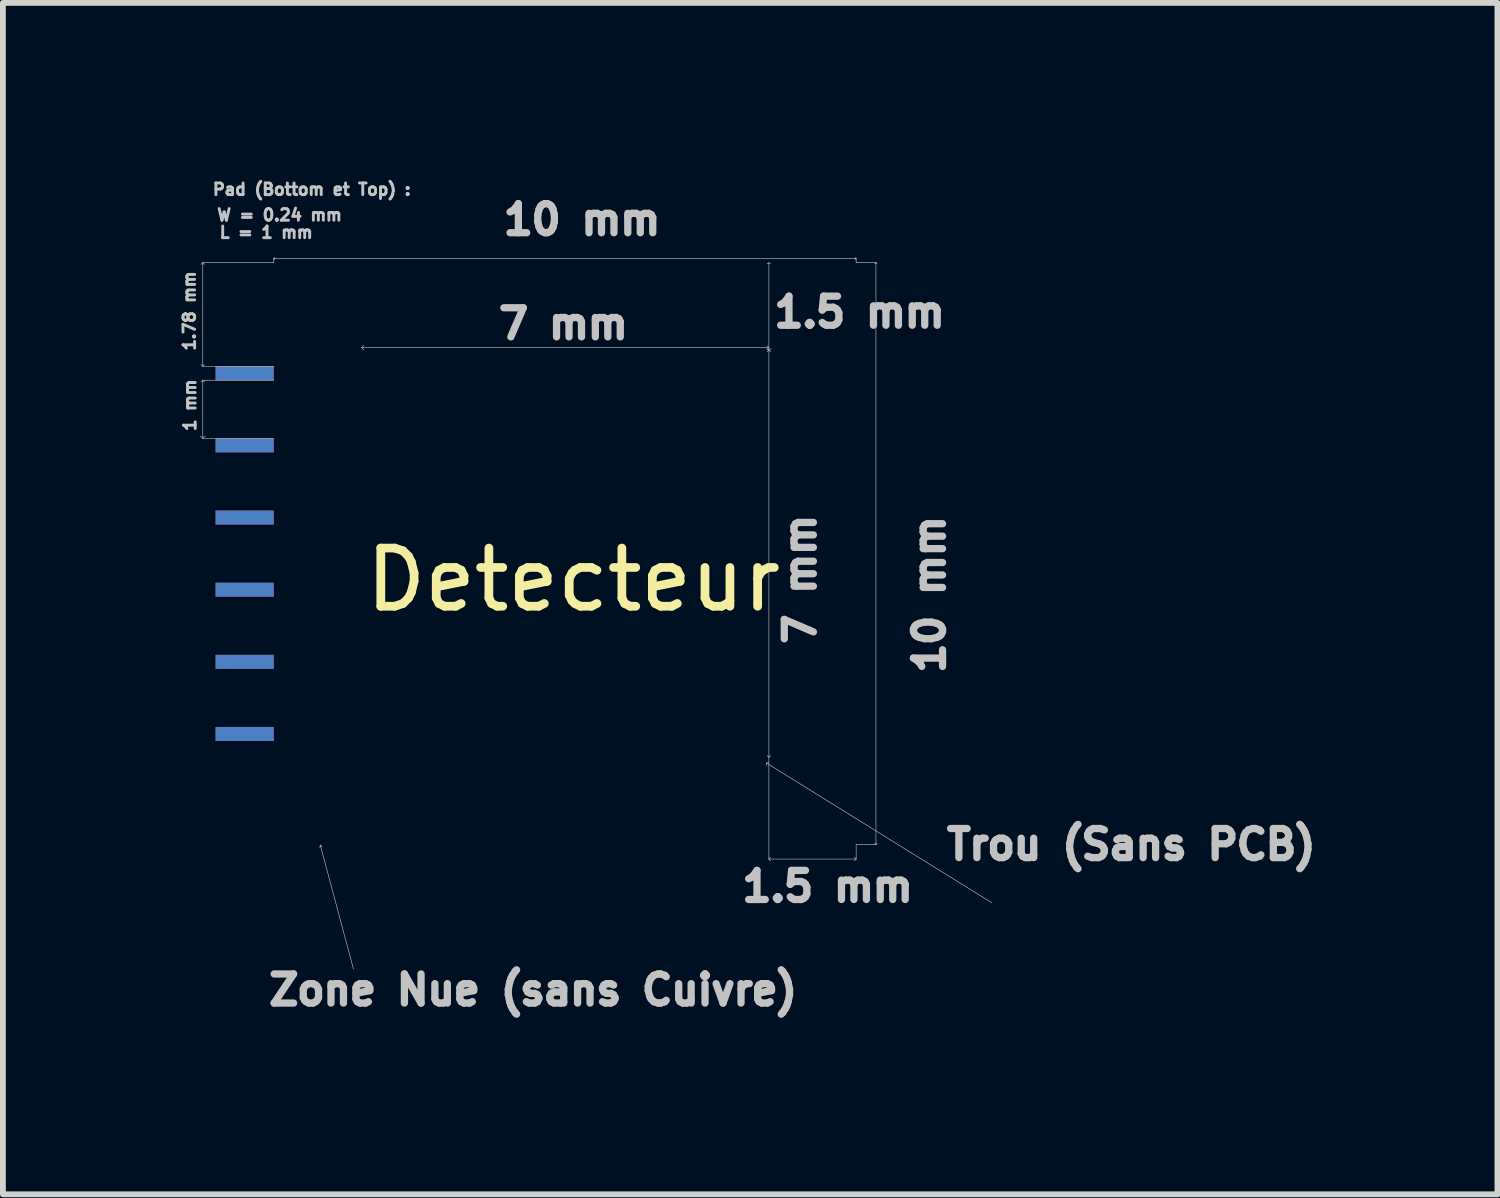
<source format=kicad_pcb>
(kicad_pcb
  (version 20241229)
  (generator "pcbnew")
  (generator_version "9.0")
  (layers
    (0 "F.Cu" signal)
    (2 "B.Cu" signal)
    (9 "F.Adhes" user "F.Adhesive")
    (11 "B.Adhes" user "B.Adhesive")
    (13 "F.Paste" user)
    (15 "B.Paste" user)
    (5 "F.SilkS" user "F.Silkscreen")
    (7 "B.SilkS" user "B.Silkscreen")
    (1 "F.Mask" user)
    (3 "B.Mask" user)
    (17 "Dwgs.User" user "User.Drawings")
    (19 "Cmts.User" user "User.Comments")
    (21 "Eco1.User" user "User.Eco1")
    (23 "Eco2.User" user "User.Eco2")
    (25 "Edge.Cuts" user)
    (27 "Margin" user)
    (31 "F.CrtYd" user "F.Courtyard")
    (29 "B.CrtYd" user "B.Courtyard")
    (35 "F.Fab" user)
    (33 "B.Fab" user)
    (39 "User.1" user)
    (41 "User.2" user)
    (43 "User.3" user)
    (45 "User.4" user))
  (footprint "Detecteur"
    (layer "F.Cu")
    (at 6.635 7.015)
    (property "Reference" "Detecteur" (at 0.17 -0.1 0) (layer "F.SilkS") (effects (font (size 1 1) (thickness 0.15))))
    (attr through_hole)
    (fp_poly (pts (xy -4.98 -5.55) (xy -4.98 4.45) (xy 5.03 4.45) (xy 5.03 -5.55)) (stroke (width 0.01) (type solid)) (fill yes) (layer "F.Mask"))
    (fp_line (start -6.2 -5.55) (end -6.23 -5.52) (stroke (width 0.01) (type solid)) (layer "Dwgs.User"))
    (fp_line (start -6.2 -5.55) (end -6.17 -5.52) (stroke (width 0.01) (type solid)) (layer "Dwgs.User"))
    (fp_line (start -6.2 -5.55) (end -4.98 -5.55) (stroke (width 0.01) (type solid)) (layer "Dwgs.User"))
    (fp_line (start -6.2 -3.77) (end -6.23 -3.8) (stroke (width 0.01) (type solid)) (layer "Dwgs.User"))
    (fp_line (start -6.2 -3.77) (end -6.2 -5.55) (stroke (width 0.01) (type solid)) (layer "Dwgs.User"))
    (fp_line (start -6.2 -3.77) (end -6.17 -3.8) (stroke (width 0.01) (type solid)) (layer "Dwgs.User"))
    (fp_line (start -6.2 -3.77) (end -4.98 -3.77) (stroke (width 0.01) (type solid)) (layer "Dwgs.User"))
    (fp_line (start -6.2 -3.53) (end -6.23 -3.5) (stroke (width 0.01) (type solid)) (layer "Dwgs.User"))
    (fp_line (start -6.2 -3.53) (end -6.17 -3.5) (stroke (width 0.01) (type solid)) (layer "Dwgs.User"))
    (fp_line (start -6.2 -3.53) (end -4.98 -3.53) (stroke (width 0.01) (type solid)) (layer "Dwgs.User"))
    (fp_line (start -6.2 -2.53) (end -6.24 -2.57) (stroke (width 0.01) (type solid)) (layer "Dwgs.User"))
    (fp_line (start -6.2 -2.53) (end -6.2 -3.53) (stroke (width 0.01) (type solid)) (layer "Dwgs.User"))
    (fp_line (start -6.2 -2.53) (end -6.16 -2.57) (stroke (width 0.01) (type solid)) (layer "Dwgs.User"))
    (fp_line (start -6.2 -2.53) (end -4.98 -2.53) (stroke (width 0.01) (type solid)) (layer "Dwgs.User"))
    (fp_line (start -4.98 -5.62) (end -4.98 -5.55) (stroke (width 0.01) (type solid)) (layer "Dwgs.User"))
    (fp_line (start -4.98 -5.62) (end 5.03 -5.62) (stroke (width 0.01) (type solid)) (layer "Dwgs.User"))
    (fp_line (start -4.96 -5.64) (end -4.98 -5.62) (stroke (width 0.01) (type solid)) (layer "Dwgs.User"))
    (fp_line (start -4.96 -5.6) (end -4.98 -5.62) (stroke (width 0.01) (type solid)) (layer "Dwgs.User"))
    (fp_line (start -4.18 4.46) (end -4.19 4.5) (stroke (width 0.01) (type solid)) (layer "Dwgs.User"))
    (fp_line (start -4.18 4.46) (end -4.15 4.49) (stroke (width 0.01) (type solid)) (layer "Dwgs.User"))
    (fp_line (start -3.61 6.59) (end -4.18 4.46) (stroke (width 0.01) (type solid)) (layer "Dwgs.User"))
    (fp_line (start -3.47 -4.09) (end -3.43 -4.13) (stroke (width 0.01) (type solid)) (layer "Dwgs.User"))
    (fp_line (start -3.47 -4.09) (end -3.43 -4.05) (stroke (width 0.01) (type solid)) (layer "Dwgs.User"))
    (fp_line (start -3.47 -4.09) (end 3.52 -4.09) (stroke (width 0.01) (type solid)) (layer "Dwgs.User"))
    (fp_line (start 3.49 3.05) (end 3.49 3.09) (stroke (width 0.01) (type solid)) (layer "Dwgs.User"))
    (fp_line (start 3.5 -5.53) (end 3.53 -5.55) (stroke (width 0.01) (type solid)) (layer "Dwgs.User"))
    (fp_line (start 3.53 -5.55) (end 3.56 -5.53) (stroke (width 0.01) (type solid)) (layer "Dwgs.User"))
    (fp_line (start 3.53 -4.09) (end 3.5 -4.12) (stroke (width 0.01) (type solid)) (layer "Dwgs.User"))
    (fp_line (start 3.53 -4.09) (end 3.5 -4.06) (stroke (width 0.01) (type solid)) (layer "Dwgs.User"))
    (fp_line (start 3.53 -4.05) (end 3.49 -4.07) (stroke (width 0.01) (type solid)) (layer "Dwgs.User"))
    (fp_line (start 3.53 -4.05) (end 3.5 -4.02) (stroke (width 0.01) (type solid)) (layer "Dwgs.User"))
    (fp_line (start 3.53 -4.05) (end 3.53 -5.55) (stroke (width 0.01) (type solid)) (layer "Dwgs.User"))
    (fp_line (start 3.53 -4.05) (end 3.53 2.95) (stroke (width 0.01) (type solid)) (layer "Dwgs.User"))
    (fp_line (start 3.53 -4.05) (end 3.56 -4.02) (stroke (width 0.01) (type solid)) (layer "Dwgs.User"))
    (fp_line (start 3.53 -4.05) (end 3.57 -4.07) (stroke (width 0.01) (type solid)) (layer "Dwgs.User"))
    (fp_line (start 3.53 2.95) (end 3.5 2.92) (stroke (width 0.01) (type solid)) (layer "Dwgs.User"))
    (fp_line (start 3.53 2.95) (end 3.53 4.7) (stroke (width 0.01) (type solid)) (layer "Dwgs.User"))
    (fp_line (start 3.53 2.95) (end 3.56 2.92) (stroke (width 0.01) (type solid)) (layer "Dwgs.User"))
    (fp_line (start 3.53 3.04) (end 3.49 3.05) (stroke (width 0.01) (type solid)) (layer "Dwgs.User"))
    (fp_line (start 3.53 4.7) (end 3.56 4.67) (stroke (width 0.01) (type solid)) (layer "Dwgs.User"))
    (fp_line (start 3.53 4.7) (end 3.56 4.73) (stroke (width 0.01) (type solid)) (layer "Dwgs.User"))
    (fp_line (start 3.53 4.7) (end 5.03 4.7) (stroke (width 0.01) (type solid)) (layer "Dwgs.User"))
    (fp_line (start 5.03 -5.62) (end 5.01 -5.64) (stroke (width 0.01) (type solid)) (layer "Dwgs.User"))
    (fp_line (start 5.03 -5.62) (end 5.01 -5.6) (stroke (width 0.01) (type solid)) (layer "Dwgs.User"))
    (fp_line (start 5.03 -5.62) (end 5.03 -5.55) (stroke (width 0.01) (type solid)) (layer "Dwgs.User"))
    (fp_line (start 5.03 -5.55) (end 5.37 -5.55) (stroke (width 0.01) (type solid)) (layer "Dwgs.User"))
    (fp_line (start 5.03 4.45) (end 5.03 4.7) (stroke (width 0.01) (type solid)) (layer "Dwgs.User"))
    (fp_line (start 5.03 4.45) (end 5.37 4.45) (stroke (width 0.01) (type solid)) (layer "Dwgs.User"))
    (fp_line (start 5.03 4.7) (end 5 4.67) (stroke (width 0.01) (type solid)) (layer "Dwgs.User"))
    (fp_line (start 5.03 4.7) (end 5 4.73) (stroke (width 0.01) (type solid)) (layer "Dwgs.User"))
    (fp_line (start 5.37 -5.55) (end 5.35 -5.53) (stroke (width 0.01) (type solid)) (layer "Dwgs.User"))
    (fp_line (start 5.37 -5.55) (end 5.37 4.45) (stroke (width 0.01) (type solid)) (layer "Dwgs.User"))
    (fp_line (start 5.37 -5.55) (end 5.39 -5.53) (stroke (width 0.01) (type solid)) (layer "Dwgs.User"))
    (fp_line (start 5.37 4.45) (end 5.35 4.43) (stroke (width 0.01) (type solid)) (layer "Dwgs.User"))
    (fp_line (start 5.37 4.45) (end 5.39 4.43) (stroke (width 0.01) (type solid)) (layer "Dwgs.User"))
    (fp_line (start 7.36 5.45) (end 3.49 3.05) (stroke (width 0.01) (type solid)) (layer "Dwgs.User"))
    (fp_poly (pts (xy -3.47 -4.05) (xy 3.53 -4.05) (xy 3.53 2.95) (xy -3.47 2.95)) (stroke (width 0.01) (type solid)) (fill no) (layer "Eco2.User"))
    (fp_text user "1.78 mm" (at -6.43 -4.72 90) (layer "Dwgs.User") (effects (font (size 0.2 0.2) (thickness 0.05))))
    (fp_text user "1.5 mm " (at 5.28 -4.7 0) (layer "Dwgs.User") (effects (font (size 0.5 0.5) (thickness 0.125))))
    (fp_text user "Zone Nue (sans Cuivre)" (at -0.52 6.95 0) (layer "Dwgs.User") (effects (font (size 0.5 0.5) (thickness 0.125))))
    (fp_text user "Trou (Sans PCB)" (at 9.76 4.45 0) (layer "Dwgs.User") (effects (font (size 0.5 0.5) (thickness 0.125))))
    (fp_text user "L = 1 mm" (at -5.11 -6.07 0) (layer "Dwgs.User") (effects (font (size 0.2 0.2) (thickness 0.05))))
    (fp_text user "1.5 mm " (at 4.73 5.17 0) (layer "Dwgs.User") (effects (font (size 0.5 0.5) (thickness 0.125))))
    (fp_text user "W = 0.24 mm" (at -4.88 -6.37 0) (layer "Dwgs.User") (effects (font (size 0.2 0.2) (thickness 0.05))))
    (fp_text user "7 mm " (at 4.07 -0.3 270) (layer "Dwgs.User") (effects (font (size 0.5 0.5) (thickness 0.125))))
    (fp_text user "Pad (Bottom et Top) : " (at -4.25 -6.81 0) (layer "Dwgs.User") (effects (font (size 0.2 0.2) (thickness 0.05))))
    (fp_text user "10 mm " (at 0.51 -6.29 0) (layer "Dwgs.User") (effects (font (size 0.5 0.5) (thickness 0.125))))
    (fp_text user "1 mm" (at -6.42 -3.1 90) (layer "Dwgs.User") (effects (font (size 0.2 0.2) (thickness 0.05))))
    (fp_text user "7 mm " (at 0.19 -4.5 0) (layer "Dwgs.User") (effects (font (size 0.5 0.5) (thickness 0.125))))
    (fp_text user "10 mm " (at 6.29 -0.04 270) (layer "Dwgs.User") (effects (font (size 0.5 0.5) (thickness 0.125))))
    (pad "1" smd rect (at -5.48 -3.65 90) (size 0.24 1) (layers "F.Cu" "F.Mask"))
    (pad "2" smd rect (at -5.48 -2.41 90) (size 0.24 1) (layers "F.Cu" "F.Mask"))
    (pad "3" smd rect (at -5.48 -1.17 90) (size 0.24 1) (layers "F.Cu" "F.Mask"))
    (pad "4" smd rect (at -5.48 0.07 90) (size 0.24 1) (layers "F.Cu" "F.Mask"))
    (pad "5" smd rect (at -5.48 1.31 90) (size 0.24 1) (layers "F.Cu" "F.Mask"))
    (pad "6" smd rect (at -5.48 2.55 90) (size 0.24 1) (layers "F.Cu" "F.Mask"))
    (pad "7" smd rect (at -5.48 -3.65 90) (size 0.24 1) (layers "B.Cu" "B.Mask"))
    (pad "8" smd rect (at -5.48 -2.41 90) (size 0.24 1) (layers "B.Cu" "B.Mask"))
    (pad "9" smd rect (at -5.48 -1.17 90) (size 0.24 1) (layers "B.Cu" "B.Mask"))
    (pad "10" smd rect (at -5.48 0.07 90) (size 0.24 1) (layers "B.Cu" "B.Mask"))
    (pad "11" smd rect (at -5.48 1.31 90) (size 0.24 1) (layers "B.Cu" "B.Mask"))
    (pad "12" smd rect (at -5.48 2.55 90) (size 0.24 1) (layers "B.Cu" "B.Mask")))
  (gr_rect
    (start -3 -3)
    (end 22.687 17.477)
    (stroke (width 0.1) (type default))
    (fill no)
    (layer "Edge.Cuts")))
</source>
